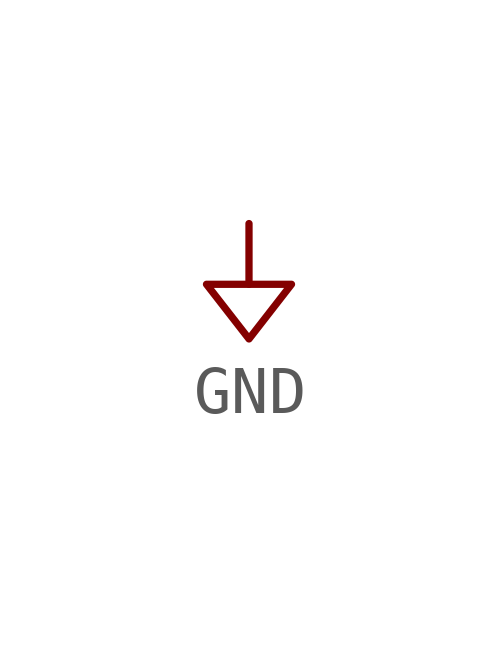
<source format=kicad_sym>
(kicad_symbol_lib
  (version 20231120)
  (generator "kicad_symbol_editor")
  (generator_version "8.0")
  (symbol "GND"
    (power)
    (pin_numbers hide)
    (pin_names hide)
    (property "Reference" "#PWR"
      (at 0 1.27 0)
      (effects (font (size 1.27 1.27)) (hide yes)))
    (symbol "GND_0_1"
      (polyline (pts (xy -0.889 -1.27) (xy 0.889 -1.27) (xy 0 -2.413) (xy -0.889 -1.27)) (stroke (width 0) (type default)) (fill (type none))))
    (symbol "GND_1_1"
      (pin power_in line (at 0 0 270) (length 1.27) (name "GND" (effects (font (size 1.27 1.27)))) (number "~" (effects (font (size 1.27 1.27))))))))
</source>
